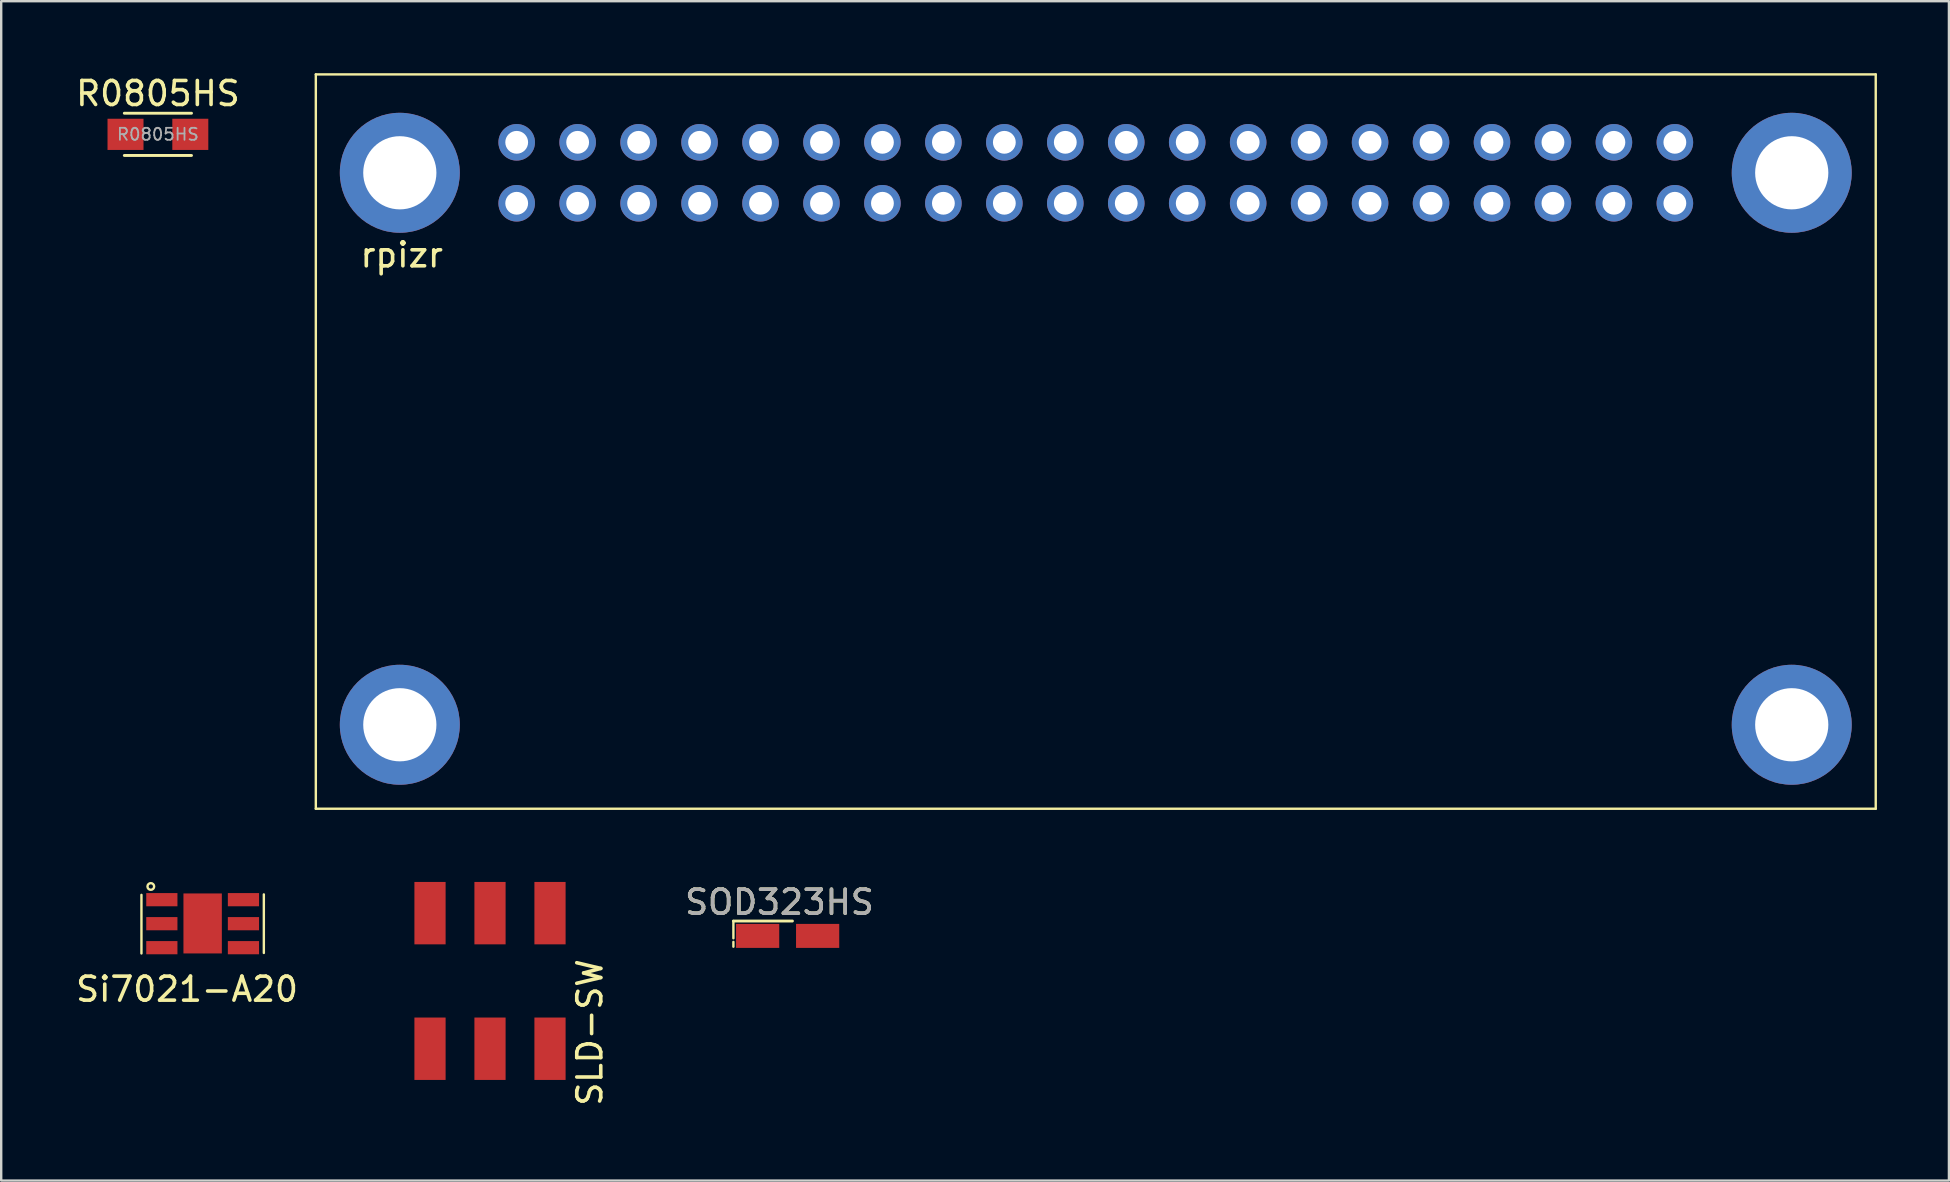
<source format=kicad_pcb>
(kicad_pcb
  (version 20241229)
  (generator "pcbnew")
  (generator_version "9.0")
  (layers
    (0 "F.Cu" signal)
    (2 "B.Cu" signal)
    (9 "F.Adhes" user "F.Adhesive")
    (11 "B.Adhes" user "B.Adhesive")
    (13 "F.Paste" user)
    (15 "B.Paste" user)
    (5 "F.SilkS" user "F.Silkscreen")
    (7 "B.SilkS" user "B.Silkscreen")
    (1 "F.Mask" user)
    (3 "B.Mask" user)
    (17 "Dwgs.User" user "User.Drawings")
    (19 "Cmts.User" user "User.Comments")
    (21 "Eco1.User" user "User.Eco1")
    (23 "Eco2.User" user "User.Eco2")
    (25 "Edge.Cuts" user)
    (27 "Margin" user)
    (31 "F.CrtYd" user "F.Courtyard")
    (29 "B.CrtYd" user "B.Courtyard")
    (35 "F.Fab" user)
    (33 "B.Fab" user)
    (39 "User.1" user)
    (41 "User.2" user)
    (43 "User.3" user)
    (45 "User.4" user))
  (footprint "Si7021-A20"
    (layer "F.Cu")
    (at 5.394 35.379)
    (property "Reference" "Si7021-A20" (at -0.65 2.79 0) (layer "F.SilkS") (effects (font (size 1 1) (thickness 0.15))))
    (attr through_hole)
    (fp_line (start -2.55 -1.14) (end -2.55 1.3) (stroke (width 0.1) (type solid)) (layer "F.SilkS"))
    (fp_line (start 2.55 -1.16) (end 2.55 1.28) (stroke (width 0.1) (type solid)) (layer "F.SilkS"))
    (fp_circle (center -2.16 -1.49) (end -2.03 -1.44) (stroke (width 0.1) (type solid)) (fill no) (layer "F.SilkS"))
    (pad "" smd rect (at 0 0.05) (size 1.6 2.5) (layers "F.Cu" "F.Mask" "F.Paste"))
    (pad "1" smd rect (at -1.7 -0.94) (size 1.3 0.55) (layers "F.Cu" "F.Mask" "F.Paste"))
    (pad "2" smd rect (at -1.7 0.06) (size 1.3 0.55) (layers "F.Cu" "F.Mask" "F.Paste"))
    (pad "3" smd rect (at -1.7 1.06) (size 1.3 0.55) (layers "F.Cu" "F.Mask" "F.Paste"))
    (pad "4" smd rect (at 1.7 1.06) (size 1.3 0.55) (layers "F.Cu" "F.Mask" "F.Paste"))
    (pad "5" smd rect (at 1.7 0.06) (size 1.3 0.55) (layers "F.Cu" "F.Mask" "F.Paste"))
    (pad "6" smd rect (at 1.7 -0.94) (size 1.3 0.55) (layers "F.Cu" "F.Mask" "F.Paste")))
  (footprint "SOD323HS"
    (layer "F.Cu")
    (at 29.77 35.948)
    (property "Reference" "SOD323HS" (at -0.34 -1.4 0) (layer "F.SilkS") (effects (font (size 1 1) (thickness 0.15))))
    (attr smd)
    (fp_line (start -2.26 -0.62) (end -2.26 0.1) (stroke (width 0.1) (type solid)) (layer "F.SilkS"))
    (fp_line (start -2.26 -0.62) (end 0.2 -0.62) (stroke (width 0.12) (type solid)) (layer "F.SilkS"))
    (fp_line (start -2.26 0.25) (end -2.26 0.45) (stroke (width 0.1) (type solid)) (layer "F.SilkS"))
    (fp_text user "${REFERENCE}" (at -0.34 -1.4 0) (layer "F.Fab") (effects (font (size 1 1) (thickness 0.15))))
    (pad "1" smd rect (at -1.25 0) (size 1.8 1) (layers "F.Cu" "F.Mask" "F.Paste"))
    (pad "2" smd rect (at 1.25 0) (size 1.8 1) (layers "F.Cu" "F.Mask" "F.Paste")))
  (footprint "SLD-SW"
    (layer "F.Cu")
    (at 12.738 41.95)
    (property "Reference" "SLD-SW" (at 8.79 -1.98 90) (layer "F.SilkS") (effects (font (size 1 1) (thickness 0.15))))
    (attr through_hole)
    (pad "1" smd rect (at 2.13 -1.3) (size 1.3 2.6) (layers "F.Cu" "F.Mask" "F.Paste"))
    (pad "2" smd rect (at 4.63 -1.3) (size 1.3 2.6) (layers "F.Cu" "F.Mask" "F.Paste"))
    (pad "3" smd rect (at 7.13 -1.3) (size 1.3 2.6) (layers "F.Cu" "F.Mask" "F.Paste"))
    (pad "4" smd rect (at 7.13 -6.95) (size 1.3 2.6) (layers "F.Cu" "F.Mask" "F.Paste"))
    (pad "5" smd rect (at 4.63 -6.95) (size 1.3 2.6) (layers "F.Cu" "F.Mask" "F.Paste"))
    (pad "6" smd rect (at 2.13 -6.95) (size 1.3 2.6) (layers "F.Cu" "F.Mask" "F.Paste")))
  (footprint "rpizr"
    (layer "F.Cu")
    (at 18.48 5.42)
    (property "Reference" "rpizr" (at -4.79 2.15 180) (layer "F.SilkS") (effects (font (size 1 1) (thickness 0.15))))
    (attr through_hole)
    (fp_line (start -8.37 -5.37) (end -8.37 25.23) (stroke (width 0.1) (type solid)) (layer "F.SilkS"))
    (fp_line (start -8.37 -5.37) (end 56.63 -5.37) (stroke (width 0.1) (type solid)) (layer "F.SilkS"))
    (fp_line (start -8.37 25.23) (end 56.63 25.23) (stroke (width 0.1) (type solid)) (layer "F.SilkS"))
    (fp_line (start 56.63 -5.37) (end 56.63 25.23) (stroke (width 0.1) (type solid)) (layer "F.SilkS"))
    (pad "" np_thru_hole circle (at -4.87 -1.27) (size 5 5) (drill 3.05) (layers "*.Cu" "*.Mask"))
    (pad "" np_thru_hole circle (at -4.87 21.73) (size 5 5) (drill 3.05) (layers "*.Cu" "*.Mask"))
    (pad "" np_thru_hole circle (at 53.13 -1.27) (size 5 5) (drill 3.05) (layers "*.Cu" "*.Mask"))
    (pad "" np_thru_hole circle (at 53.13 21.73) (size 5 5) (drill 3.05) (layers "*.Cu" "*.Mask"))
    (pad "1" thru_hole circle (at 0 0) (size 1.524 1.524) (drill 0.95) (layers "*.Cu" "*.Mask"))
    (pad "2" thru_hole circle (at 0 -2.54) (size 1.524 1.524) (drill 0.95) (layers "*.Cu" "*.Mask"))
    (pad "3" thru_hole circle (at 2.54 0) (size 1.524 1.524) (drill 0.95) (layers "*.Cu" "*.Mask"))
    (pad "4" thru_hole circle (at 2.54 -2.54) (size 1.524 1.524) (drill 0.95) (layers "*.Cu" "*.Mask"))
    (pad "5" thru_hole circle (at 5.08 0) (size 1.524 1.524) (drill 0.95) (layers "*.Cu" "*.Mask"))
    (pad "6" thru_hole circle (at 5.08 -2.54) (size 1.524 1.524) (drill 0.95) (layers "*.Cu" "*.Mask"))
    (pad "7" thru_hole circle (at 7.62 0) (size 1.524 1.524) (drill 0.95) (layers "*.Cu" "*.Mask"))
    (pad "8" thru_hole circle (at 7.62 -2.54) (size 1.524 1.524) (drill 0.95) (layers "*.Cu" "*.Mask"))
    (pad "9" thru_hole circle (at 10.16 0) (size 1.524 1.524) (drill 0.95) (layers "*.Cu" "*.Mask"))
    (pad "10" thru_hole circle (at 10.16 -2.54) (size 1.524 1.524) (drill 0.95) (layers "*.Cu" "*.Mask"))
    (pad "11" thru_hole circle (at 12.7 0) (size 1.524 1.524) (drill 0.95) (layers "*.Cu" "*.Mask"))
    (pad "12" thru_hole circle (at 12.7 -2.54) (size 1.524 1.524) (drill 0.95) (layers "*.Cu" "*.Mask"))
    (pad "13" thru_hole circle (at 15.24 0) (size 1.524 1.524) (drill 0.95) (layers "*.Cu" "*.Mask"))
    (pad "14" thru_hole circle (at 15.24 -2.54) (size 1.524 1.524) (drill 0.95) (layers "*.Cu" "*.Mask"))
    (pad "15" thru_hole circle (at 17.78 0) (size 1.524 1.524) (drill 0.95) (layers "*.Cu" "*.Mask"))
    (pad "16" thru_hole circle (at 17.78 -2.54) (size 1.524 1.524) (drill 0.95) (layers "*.Cu" "*.Mask"))
    (pad "17" thru_hole circle (at 20.32 0) (size 1.524 1.524) (drill 0.95) (layers "*.Cu" "*.Mask"))
    (pad "18" thru_hole circle (at 20.32 -2.54) (size 1.524 1.524) (drill 0.95) (layers "*.Cu" "*.Mask"))
    (pad "19" thru_hole circle (at 22.86 0) (size 1.524 1.524) (drill 0.95) (layers "*.Cu" "*.Mask"))
    (pad "20" thru_hole circle (at 22.86 -2.54) (size 1.524 1.524) (drill 0.95) (layers "*.Cu" "*.Mask"))
    (pad "21" thru_hole circle (at 25.4 0) (size 1.524 1.524) (drill 0.95) (layers "*.Cu" "*.Mask"))
    (pad "22" thru_hole circle (at 25.4 -2.54) (size 1.524 1.524) (drill 0.95) (layers "*.Cu" "*.Mask"))
    (pad "23" thru_hole circle (at 27.94 0) (size 1.524 1.524) (drill 0.95) (layers "*.Cu" "*.Mask"))
    (pad "24" thru_hole circle (at 27.94 -2.54) (size 1.524 1.524) (drill 0.95) (layers "*.Cu" "*.Mask"))
    (pad "25" thru_hole circle (at 30.48 0) (size 1.524 1.524) (drill 0.95) (layers "*.Cu" "*.Mask"))
    (pad "26" thru_hole circle (at 30.48 -2.54) (size 1.524 1.524) (drill 0.95) (layers "*.Cu" "*.Mask"))
    (pad "27" thru_hole circle (at 33.02 0) (size 1.524 1.524) (drill 0.95) (layers "*.Cu" "*.Mask"))
    (pad "28" thru_hole circle (at 33.02 -2.54) (size 1.524 1.524) (drill 0.95) (layers "*.Cu" "*.Mask"))
    (pad "29" thru_hole circle (at 35.56 0) (size 1.524 1.524) (drill 0.95) (layers "*.Cu" "*.Mask"))
    (pad "30" thru_hole circle (at 35.56 -2.54) (size 1.524 1.524) (drill 0.95) (layers "*.Cu" "*.Mask"))
    (pad "31" thru_hole circle (at 38.1 0) (size 1.524 1.524) (drill 0.95) (layers "*.Cu" "*.Mask"))
    (pad "32" thru_hole circle (at 38.1 -2.54) (size 1.524 1.524) (drill 0.95) (layers "*.Cu" "*.Mask"))
    (pad "33" thru_hole circle (at 40.64 0) (size 1.524 1.524) (drill 0.95) (layers "*.Cu" "*.Mask"))
    (pad "34" thru_hole circle (at 40.64 -2.54) (size 1.524 1.524) (drill 0.95) (layers "*.Cu" "*.Mask"))
    (pad "35" thru_hole circle (at 43.18 0) (size 1.524 1.524) (drill 0.95) (layers "*.Cu" "*.Mask"))
    (pad "36" thru_hole circle (at 43.18 -2.54) (size 1.524 1.524) (drill 0.95) (layers "*.Cu" "*.Mask"))
    (pad "37" thru_hole circle (at 45.72 0) (size 1.524 1.524) (drill 0.95) (layers "*.Cu" "*.Mask"))
    (pad "38" thru_hole circle (at 45.72 -2.54) (size 1.524 1.524) (drill 0.95) (layers "*.Cu" "*.Mask"))
    (pad "39" thru_hole circle (at 48.26 0) (size 1.524 1.524) (drill 0.95) (layers "*.Cu" "*.Mask"))
    (pad "40" thru_hole circle (at 48.26 -2.54) (size 1.524 1.524) (drill 0.95) (layers "*.Cu" "*.Mask")))
  (footprint "R0805HS"
    (layer "F.Cu")
    (at 3.53 2.548)
    (property "Reference" "R0805HS" (at 0 -1.7 0) (layer "F.SilkS") (effects (font (size 1 1) (thickness 0.15))))
    (attr smd)
    (fp_line (start -1.4 -0.88) (end 1.4 -0.88) (stroke (width 0.12) (type solid)) (layer "F.SilkS"))
    (fp_line (start 1.4 0.88) (end -1.4 0.88) (stroke (width 0.12) (type solid)) (layer "F.SilkS"))
    (fp_text user "${REFERENCE}" (at 0 0 0) (layer "F.Fab") (effects (font (size 0.5 0.5) (thickness 0.075))))
    (pad "1" smd rect (at -1.35 0) (size 1.5 1.3) (layers "F.Cu" "F.Mask" "F.Paste"))
    (pad "2" smd rect (at 1.35 0) (size 1.5 1.3) (layers "F.Cu" "F.Mask" "F.Paste")))
  (gr_rect
    (start -3 -3)
    (end 78.16 46.143)
    (stroke (width 0.1) (type default))
    (fill no)
    (layer "Edge.Cuts")))
</source>
